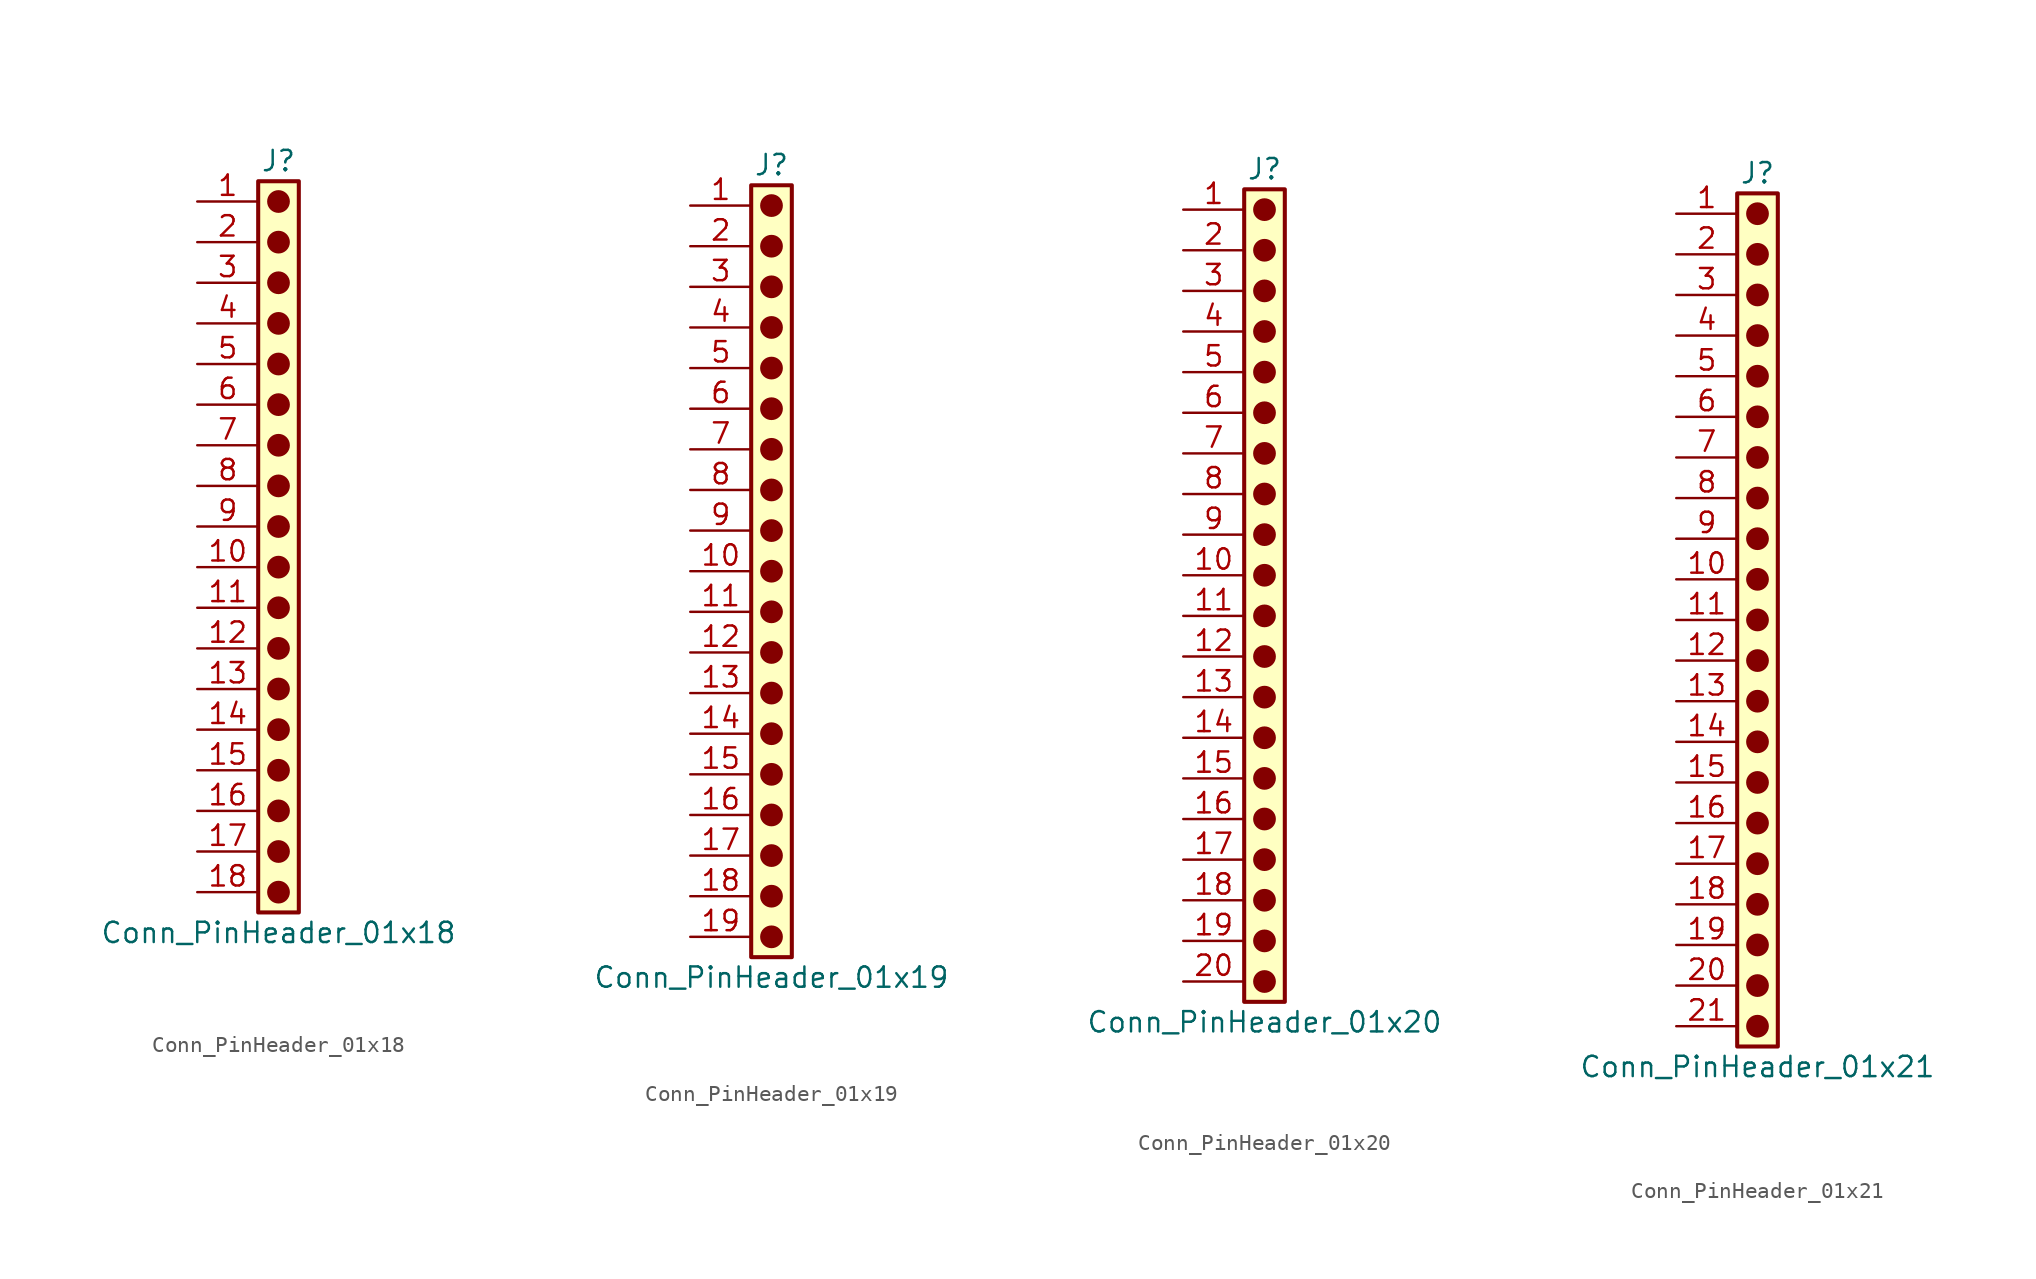
<source format=kicad_sym>
(kicad_symbol_lib
  (version 20241209)
  (generator "kicad_symbol_editor")
  (generator_version "9.0")
  (symbol "Conn_PinHeader_01x18"
    (pin_names
      (offset 1.016)
      (hide yes))
    (property "Reference" "J"
      (at 0 22.86 0)
      (effects (font (size 1.27 1.27))))
    (property "Value" "Conn_PinHeader_01x18"
      (at 0 -25.4 0)
      (effects (font (size 1.27 1.27))))
    (symbol "Conn_PinHeader_01x18_1_1"
      (rectangle (start -1.27 21.59) (end 1.27 -24.13) (stroke (width 0.254) (type default)) (fill (type background)))
      (circle (center 0 20.32) (radius 0.635) (stroke (width 0) (type solid) (color 132 0 0 1)) (fill (type outline)))
      (circle (center 0 17.78) (radius 0.635) (stroke (width 0) (type solid) (color 132 0 0 1)) (fill (type outline)))
      (circle (center 0 15.24) (radius 0.635) (stroke (width 0) (type solid) (color 132 0 0 1)) (fill (type outline)))
      (circle (center 0 12.7) (radius 0.635) (stroke (width 0) (type solid) (color 132 0 0 1)) (fill (type outline)))
      (circle (center 0 10.16) (radius 0.635) (stroke (width 0) (type solid) (color 132 0 0 1)) (fill (type outline)))
      (circle (center 0 7.62) (radius 0.635) (stroke (width 0) (type solid) (color 132 0 0 1)) (fill (type outline)))
      (circle (center 0 5.08) (radius 0.635) (stroke (width 0) (type solid) (color 132 0 0 1)) (fill (type outline)))
      (circle (center 0 2.54) (radius 0.635) (stroke (width 0) (type solid) (color 132 0 0 1)) (fill (type outline)))
      (circle (center 0 0) (radius 0.635) (stroke (width 0) (type solid) (color 132 0 0 1)) (fill (type outline)))
      (circle (center 0 -2.54) (radius 0.635) (stroke (width 0) (type solid) (color 132 0 0 1)) (fill (type outline)))
      (circle (center 0 -5.08) (radius 0.635) (stroke (width 0) (type solid) (color 132 0 0 1)) (fill (type outline)))
      (circle (center 0 -7.62) (radius 0.635) (stroke (width 0) (type solid) (color 132 0 0 1)) (fill (type outline)))
      (circle (center 0 -10.16) (radius 0.635) (stroke (width 0) (type solid) (color 132 0 0 1)) (fill (type outline)))
      (circle (center 0 -12.7) (radius 0.635) (stroke (width 0) (type solid) (color 132 0 0 1)) (fill (type outline)))
      (circle (center 0 -15.24) (radius 0.635) (stroke (width 0) (type solid) (color 132 0 0 1)) (fill (type outline)))
      (circle (center 0 -17.78) (radius 0.635) (stroke (width 0) (type solid) (color 132 0 0 1)) (fill (type outline)))
      (circle (center 0 -20.32) (radius 0.635) (stroke (width 0) (type solid) (color 132 0 0 1)) (fill (type outline)))
      (circle (center 0 -22.86) (radius 0.635) (stroke (width 0) (type solid) (color 132 0 0 1)) (fill (type outline)))
      (pin passive line (at -5.08 20.32 0) (length 3.81) (name "Pin_1" (effects (font (size 1.27 1.27)))) (number "1" (effects (font (size 1.27 1.27)))))
      (pin passive line (at -5.08 17.78 0) (length 3.81) (name "Pin_2" (effects (font (size 1.27 1.27)))) (number "2" (effects (font (size 1.27 1.27)))))
      (pin passive line (at -5.08 15.24 0) (length 3.81) (name "Pin_3" (effects (font (size 1.27 1.27)))) (number "3" (effects (font (size 1.27 1.27)))))
      (pin passive line (at -5.08 12.7 0) (length 3.81) (name "Pin_4" (effects (font (size 1.27 1.27)))) (number "4" (effects (font (size 1.27 1.27)))))
      (pin passive line (at -5.08 10.16 0) (length 3.81) (name "Pin_5" (effects (font (size 1.27 1.27)))) (number "5" (effects (font (size 1.27 1.27)))))
      (pin passive line (at -5.08 7.62 0) (length 3.81) (name "Pin_6" (effects (font (size 1.27 1.27)))) (number "6" (effects (font (size 1.27 1.27)))))
      (pin passive line (at -5.08 5.08 0) (length 3.81) (name "Pin_7" (effects (font (size 1.27 1.27)))) (number "7" (effects (font (size 1.27 1.27)))))
      (pin passive line (at -5.08 2.54 0) (length 3.81) (name "Pin_8" (effects (font (size 1.27 1.27)))) (number "8" (effects (font (size 1.27 1.27)))))
      (pin passive line (at -5.08 0 0) (length 3.81) (name "Pin_9" (effects (font (size 1.27 1.27)))) (number "9" (effects (font (size 1.27 1.27)))))
      (pin passive line (at -5.08 -2.54 0) (length 3.81) (name "Pin_10" (effects (font (size 1.27 1.27)))) (number "10" (effects (font (size 1.27 1.27)))))
      (pin passive line (at -5.08 -5.08 0) (length 3.81) (name "Pin_11" (effects (font (size 1.27 1.27)))) (number "11" (effects (font (size 1.27 1.27)))))
      (pin passive line (at -5.08 -7.62 0) (length 3.81) (name "Pin_12" (effects (font (size 1.27 1.27)))) (number "12" (effects (font (size 1.27 1.27)))))
      (pin passive line (at -5.08 -10.16 0) (length 3.81) (name "Pin_13" (effects (font (size 1.27 1.27)))) (number "13" (effects (font (size 1.27 1.27)))))
      (pin passive line (at -5.08 -12.7 0) (length 3.81) (name "Pin_14" (effects (font (size 1.27 1.27)))) (number "14" (effects (font (size 1.27 1.27)))))
      (pin passive line (at -5.08 -15.24 0) (length 3.81) (name "Pin_15" (effects (font (size 1.27 1.27)))) (number "15" (effects (font (size 1.27 1.27)))))
      (pin passive line (at -5.08 -17.78 0) (length 3.81) (name "Pin_16" (effects (font (size 1.27 1.27)))) (number "16" (effects (font (size 1.27 1.27)))))
      (pin passive line (at -5.08 -20.32 0) (length 3.81) (name "Pin_17" (effects (font (size 1.27 1.27)))) (number "17" (effects (font (size 1.27 1.27)))))
      (pin passive line (at -5.08 -22.86 0) (length 3.81) (name "Pin_18" (effects (font (size 1.27 1.27)))) (number "18" (effects (font (size 1.27 1.27)))))))
  (symbol "Conn_PinHeader_01x19"
    (pin_names
      (offset 1.016)
      (hide yes))
    (property "Reference" "J"
      (at 0 25.4 0)
      (effects (font (size 1.27 1.27))))
    (property "Value" "Conn_PinHeader_01x19"
      (at 0 -25.4 0)
      (effects (font (size 1.27 1.27))))
    (symbol "Conn_PinHeader_01x19_1_1"
      (rectangle (start -1.27 24.13) (end 1.27 -24.13) (stroke (width 0.254) (type default)) (fill (type background)))
      (circle (center 0 22.86) (radius 0.635) (stroke (width 0) (type solid) (color 132 0 0 1)) (fill (type outline)))
      (circle (center 0 20.32) (radius 0.635) (stroke (width 0) (type solid) (color 132 0 0 1)) (fill (type outline)))
      (circle (center 0 17.78) (radius 0.635) (stroke (width 0) (type solid) (color 132 0 0 1)) (fill (type outline)))
      (circle (center 0 15.24) (radius 0.635) (stroke (width 0) (type solid) (color 132 0 0 1)) (fill (type outline)))
      (circle (center 0 12.7) (radius 0.635) (stroke (width 0) (type solid) (color 132 0 0 1)) (fill (type outline)))
      (circle (center 0 10.16) (radius 0.635) (stroke (width 0) (type solid) (color 132 0 0 1)) (fill (type outline)))
      (circle (center 0 7.62) (radius 0.635) (stroke (width 0) (type solid) (color 132 0 0 1)) (fill (type outline)))
      (circle (center 0 5.08) (radius 0.635) (stroke (width 0) (type solid) (color 132 0 0 1)) (fill (type outline)))
      (circle (center 0 2.54) (radius 0.635) (stroke (width 0) (type solid) (color 132 0 0 1)) (fill (type outline)))
      (circle (center 0 0) (radius 0.635) (stroke (width 0) (type solid) (color 132 0 0 1)) (fill (type outline)))
      (circle (center 0 -2.54) (radius 0.635) (stroke (width 0) (type solid) (color 132 0 0 1)) (fill (type outline)))
      (circle (center 0 -5.08) (radius 0.635) (stroke (width 0) (type solid) (color 132 0 0 1)) (fill (type outline)))
      (circle (center 0 -7.62) (radius 0.635) (stroke (width 0) (type solid) (color 132 0 0 1)) (fill (type outline)))
      (circle (center 0 -10.16) (radius 0.635) (stroke (width 0) (type solid) (color 132 0 0 1)) (fill (type outline)))
      (circle (center 0 -12.7) (radius 0.635) (stroke (width 0) (type solid) (color 132 0 0 1)) (fill (type outline)))
      (circle (center 0 -15.24) (radius 0.635) (stroke (width 0) (type solid) (color 132 0 0 1)) (fill (type outline)))
      (circle (center 0 -17.78) (radius 0.635) (stroke (width 0) (type solid) (color 132 0 0 1)) (fill (type outline)))
      (circle (center 0 -20.32) (radius 0.635) (stroke (width 0) (type solid) (color 132 0 0 1)) (fill (type outline)))
      (circle (center 0 -22.86) (radius 0.635) (stroke (width 0) (type solid) (color 132 0 0 1)) (fill (type outline)))
      (pin passive line (at -5.08 22.86 0) (length 3.81) (name "Pin_1" (effects (font (size 1.27 1.27)))) (number "1" (effects (font (size 1.27 1.27)))))
      (pin passive line (at -5.08 20.32 0) (length 3.81) (name "Pin_2" (effects (font (size 1.27 1.27)))) (number "2" (effects (font (size 1.27 1.27)))))
      (pin passive line (at -5.08 17.78 0) (length 3.81) (name "Pin_3" (effects (font (size 1.27 1.27)))) (number "3" (effects (font (size 1.27 1.27)))))
      (pin passive line (at -5.08 15.24 0) (length 3.81) (name "Pin_4" (effects (font (size 1.27 1.27)))) (number "4" (effects (font (size 1.27 1.27)))))
      (pin passive line (at -5.08 12.7 0) (length 3.81) (name "Pin_5" (effects (font (size 1.27 1.27)))) (number "5" (effects (font (size 1.27 1.27)))))
      (pin passive line (at -5.08 10.16 0) (length 3.81) (name "Pin_6" (effects (font (size 1.27 1.27)))) (number "6" (effects (font (size 1.27 1.27)))))
      (pin passive line (at -5.08 7.62 0) (length 3.81) (name "Pin_7" (effects (font (size 1.27 1.27)))) (number "7" (effects (font (size 1.27 1.27)))))
      (pin passive line (at -5.08 5.08 0) (length 3.81) (name "Pin_8" (effects (font (size 1.27 1.27)))) (number "8" (effects (font (size 1.27 1.27)))))
      (pin passive line (at -5.08 2.54 0) (length 3.81) (name "Pin_9" (effects (font (size 1.27 1.27)))) (number "9" (effects (font (size 1.27 1.27)))))
      (pin passive line (at -5.08 0 0) (length 3.81) (name "Pin_10" (effects (font (size 1.27 1.27)))) (number "10" (effects (font (size 1.27 1.27)))))
      (pin passive line (at -5.08 -2.54 0) (length 3.81) (name "Pin_11" (effects (font (size 1.27 1.27)))) (number "11" (effects (font (size 1.27 1.27)))))
      (pin passive line (at -5.08 -5.08 0) (length 3.81) (name "Pin_12" (effects (font (size 1.27 1.27)))) (number "12" (effects (font (size 1.27 1.27)))))
      (pin passive line (at -5.08 -7.62 0) (length 3.81) (name "Pin_13" (effects (font (size 1.27 1.27)))) (number "13" (effects (font (size 1.27 1.27)))))
      (pin passive line (at -5.08 -10.16 0) (length 3.81) (name "Pin_14" (effects (font (size 1.27 1.27)))) (number "14" (effects (font (size 1.27 1.27)))))
      (pin passive line (at -5.08 -12.7 0) (length 3.81) (name "Pin_15" (effects (font (size 1.27 1.27)))) (number "15" (effects (font (size 1.27 1.27)))))
      (pin passive line (at -5.08 -15.24 0) (length 3.81) (name "Pin_16" (effects (font (size 1.27 1.27)))) (number "16" (effects (font (size 1.27 1.27)))))
      (pin passive line (at -5.08 -17.78 0) (length 3.81) (name "Pin_17" (effects (font (size 1.27 1.27)))) (number "17" (effects (font (size 1.27 1.27)))))
      (pin passive line (at -5.08 -20.32 0) (length 3.81) (name "Pin_18" (effects (font (size 1.27 1.27)))) (number "18" (effects (font (size 1.27 1.27)))))
      (pin passive line (at -5.08 -22.86 0) (length 3.81) (name "Pin_19" (effects (font (size 1.27 1.27)))) (number "19" (effects (font (size 1.27 1.27)))))))
  (symbol "Conn_PinHeader_01x20"
    (pin_names
      (offset 1.016)
      (hide yes))
    (property "Reference" "J"
      (at 0 25.4 0)
      (effects (font (size 1.27 1.27))))
    (property "Value" "Conn_PinHeader_01x20"
      (at 0 -27.94 0)
      (effects (font (size 1.27 1.27))))
    (symbol "Conn_PinHeader_01x20_1_1"
      (rectangle (start -1.27 24.13) (end 1.27 -26.67) (stroke (width 0.254) (type default)) (fill (type background)))
      (circle (center 0 22.86) (radius 0.635) (stroke (width 0) (type solid) (color 132 0 0 1)) (fill (type outline)))
      (circle (center 0 20.32) (radius 0.635) (stroke (width 0) (type solid) (color 132 0 0 1)) (fill (type outline)))
      (circle (center 0 17.78) (radius 0.635) (stroke (width 0) (type solid) (color 132 0 0 1)) (fill (type outline)))
      (circle (center 0 15.24) (radius 0.635) (stroke (width 0) (type solid) (color 132 0 0 1)) (fill (type outline)))
      (circle (center 0 12.7) (radius 0.635) (stroke (width 0) (type solid) (color 132 0 0 1)) (fill (type outline)))
      (circle (center 0 10.16) (radius 0.635) (stroke (width 0) (type solid) (color 132 0 0 1)) (fill (type outline)))
      (circle (center 0 7.62) (radius 0.635) (stroke (width 0) (type solid) (color 132 0 0 1)) (fill (type outline)))
      (circle (center 0 5.08) (radius 0.635) (stroke (width 0) (type solid) (color 132 0 0 1)) (fill (type outline)))
      (circle (center 0 2.54) (radius 0.635) (stroke (width 0) (type solid) (color 132 0 0 1)) (fill (type outline)))
      (circle (center 0 0) (radius 0.635) (stroke (width 0) (type solid) (color 132 0 0 1)) (fill (type outline)))
      (circle (center 0 -2.54) (radius 0.635) (stroke (width 0) (type solid) (color 132 0 0 1)) (fill (type outline)))
      (circle (center 0 -5.08) (radius 0.635) (stroke (width 0) (type solid) (color 132 0 0 1)) (fill (type outline)))
      (circle (center 0 -7.62) (radius 0.635) (stroke (width 0) (type solid) (color 132 0 0 1)) (fill (type outline)))
      (circle (center 0 -10.16) (radius 0.635) (stroke (width 0) (type solid) (color 132 0 0 1)) (fill (type outline)))
      (circle (center 0 -12.7) (radius 0.635) (stroke (width 0) (type solid) (color 132 0 0 1)) (fill (type outline)))
      (circle (center 0 -15.24) (radius 0.635) (stroke (width 0) (type solid) (color 132 0 0 1)) (fill (type outline)))
      (circle (center 0 -17.78) (radius 0.635) (stroke (width 0) (type solid) (color 132 0 0 1)) (fill (type outline)))
      (circle (center 0 -20.32) (radius 0.635) (stroke (width 0) (type solid) (color 132 0 0 1)) (fill (type outline)))
      (circle (center 0 -22.86) (radius 0.635) (stroke (width 0) (type solid) (color 132 0 0 1)) (fill (type outline)))
      (circle (center 0 -25.4) (radius 0.635) (stroke (width 0) (type solid) (color 132 0 0 1)) (fill (type outline)))
      (pin passive line (at -5.08 22.86 0) (length 3.81) (name "Pin_1" (effects (font (size 1.27 1.27)))) (number "1" (effects (font (size 1.27 1.27)))))
      (pin passive line (at -5.08 20.32 0) (length 3.81) (name "Pin_2" (effects (font (size 1.27 1.27)))) (number "2" (effects (font (size 1.27 1.27)))))
      (pin passive line (at -5.08 17.78 0) (length 3.81) (name "Pin_3" (effects (font (size 1.27 1.27)))) (number "3" (effects (font (size 1.27 1.27)))))
      (pin passive line (at -5.08 15.24 0) (length 3.81) (name "Pin_4" (effects (font (size 1.27 1.27)))) (number "4" (effects (font (size 1.27 1.27)))))
      (pin passive line (at -5.08 12.7 0) (length 3.81) (name "Pin_5" (effects (font (size 1.27 1.27)))) (number "5" (effects (font (size 1.27 1.27)))))
      (pin passive line (at -5.08 10.16 0) (length 3.81) (name "Pin_6" (effects (font (size 1.27 1.27)))) (number "6" (effects (font (size 1.27 1.27)))))
      (pin passive line (at -5.08 7.62 0) (length 3.81) (name "Pin_7" (effects (font (size 1.27 1.27)))) (number "7" (effects (font (size 1.27 1.27)))))
      (pin passive line (at -5.08 5.08 0) (length 3.81) (name "Pin_8" (effects (font (size 1.27 1.27)))) (number "8" (effects (font (size 1.27 1.27)))))
      (pin passive line (at -5.08 2.54 0) (length 3.81) (name "Pin_9" (effects (font (size 1.27 1.27)))) (number "9" (effects (font (size 1.27 1.27)))))
      (pin passive line (at -5.08 0 0) (length 3.81) (name "Pin_10" (effects (font (size 1.27 1.27)))) (number "10" (effects (font (size 1.27 1.27)))))
      (pin passive line (at -5.08 -2.54 0) (length 3.81) (name "Pin_11" (effects (font (size 1.27 1.27)))) (number "11" (effects (font (size 1.27 1.27)))))
      (pin passive line (at -5.08 -5.08 0) (length 3.81) (name "Pin_12" (effects (font (size 1.27 1.27)))) (number "12" (effects (font (size 1.27 1.27)))))
      (pin passive line (at -5.08 -7.62 0) (length 3.81) (name "Pin_13" (effects (font (size 1.27 1.27)))) (number "13" (effects (font (size 1.27 1.27)))))
      (pin passive line (at -5.08 -10.16 0) (length 3.81) (name "Pin_14" (effects (font (size 1.27 1.27)))) (number "14" (effects (font (size 1.27 1.27)))))
      (pin passive line (at -5.08 -12.7 0) (length 3.81) (name "Pin_15" (effects (font (size 1.27 1.27)))) (number "15" (effects (font (size 1.27 1.27)))))
      (pin passive line (at -5.08 -15.24 0) (length 3.81) (name "Pin_16" (effects (font (size 1.27 1.27)))) (number "16" (effects (font (size 1.27 1.27)))))
      (pin passive line (at -5.08 -17.78 0) (length 3.81) (name "Pin_17" (effects (font (size 1.27 1.27)))) (number "17" (effects (font (size 1.27 1.27)))))
      (pin passive line (at -5.08 -20.32 0) (length 3.81) (name "Pin_18" (effects (font (size 1.27 1.27)))) (number "18" (effects (font (size 1.27 1.27)))))
      (pin passive line (at -5.08 -22.86 0) (length 3.81) (name "Pin_19" (effects (font (size 1.27 1.27)))) (number "19" (effects (font (size 1.27 1.27)))))
      (pin passive line (at -5.08 -25.4 0) (length 3.81) (name "Pin_20" (effects (font (size 1.27 1.27)))) (number "20" (effects (font (size 1.27 1.27)))))))
  (symbol "Conn_PinHeader_01x21"
    (pin_names
      (offset 1.016)
      (hide yes))
    (property "Reference" "J"
      (at 0 27.94 0)
      (effects (font (size 1.27 1.27))))
    (property "Value" "Conn_PinHeader_01x21"
      (at 0 -27.94 0)
      (effects (font (size 1.27 1.27))))
    (symbol "Conn_PinHeader_01x21_1_1"
      (rectangle (start -1.27 26.67) (end 1.27 -26.67) (stroke (width 0.254) (type default)) (fill (type background)))
      (circle (center 0 25.4) (radius 0.635) (stroke (width 0) (type solid) (color 132 0 0 1)) (fill (type outline)))
      (circle (center 0 22.86) (radius 0.635) (stroke (width 0) (type solid) (color 132 0 0 1)) (fill (type outline)))
      (circle (center 0 20.32) (radius 0.635) (stroke (width 0) (type solid) (color 132 0 0 1)) (fill (type outline)))
      (circle (center 0 17.78) (radius 0.635) (stroke (width 0) (type solid) (color 132 0 0 1)) (fill (type outline)))
      (circle (center 0 15.24) (radius 0.635) (stroke (width 0) (type solid) (color 132 0 0 1)) (fill (type outline)))
      (circle (center 0 12.7) (radius 0.635) (stroke (width 0) (type solid) (color 132 0 0 1)) (fill (type outline)))
      (circle (center 0 10.16) (radius 0.635) (stroke (width 0) (type solid) (color 132 0 0 1)) (fill (type outline)))
      (circle (center 0 7.62) (radius 0.635) (stroke (width 0) (type solid) (color 132 0 0 1)) (fill (type outline)))
      (circle (center 0 5.08) (radius 0.635) (stroke (width 0) (type solid) (color 132 0 0 1)) (fill (type outline)))
      (circle (center 0 2.54) (radius 0.635) (stroke (width 0) (type solid) (color 132 0 0 1)) (fill (type outline)))
      (circle (center 0 0) (radius 0.635) (stroke (width 0) (type solid) (color 132 0 0 1)) (fill (type outline)))
      (circle (center 0 -2.54) (radius 0.635) (stroke (width 0) (type solid) (color 132 0 0 1)) (fill (type outline)))
      (circle (center 0 -5.08) (radius 0.635) (stroke (width 0) (type solid) (color 132 0 0 1)) (fill (type outline)))
      (circle (center 0 -7.62) (radius 0.635) (stroke (width 0) (type solid) (color 132 0 0 1)) (fill (type outline)))
      (circle (center 0 -10.16) (radius 0.635) (stroke (width 0) (type solid) (color 132 0 0 1)) (fill (type outline)))
      (circle (center 0 -12.7) (radius 0.635) (stroke (width 0) (type solid) (color 132 0 0 1)) (fill (type outline)))
      (circle (center 0 -15.24) (radius 0.635) (stroke (width 0) (type solid) (color 132 0 0 1)) (fill (type outline)))
      (circle (center 0 -17.78) (radius 0.635) (stroke (width 0) (type solid) (color 132 0 0 1)) (fill (type outline)))
      (circle (center 0 -20.32) (radius 0.635) (stroke (width 0) (type solid) (color 132 0 0 1)) (fill (type outline)))
      (circle (center 0 -22.86) (radius 0.635) (stroke (width 0) (type solid) (color 132 0 0 1)) (fill (type outline)))
      (circle (center 0 -25.4) (radius 0.635) (stroke (width 0) (type solid) (color 132 0 0 1)) (fill (type outline)))
      (pin passive line (at -5.08 25.4 0) (length 3.81) (name "Pin_1" (effects (font (size 1.27 1.27)))) (number "1" (effects (font (size 1.27 1.27)))))
      (pin passive line (at -5.08 22.86 0) (length 3.81) (name "Pin_2" (effects (font (size 1.27 1.27)))) (number "2" (effects (font (size 1.27 1.27)))))
      (pin passive line (at -5.08 20.32 0) (length 3.81) (name "Pin_3" (effects (font (size 1.27 1.27)))) (number "3" (effects (font (size 1.27 1.27)))))
      (pin passive line (at -5.08 17.78 0) (length 3.81) (name "Pin_4" (effects (font (size 1.27 1.27)))) (number "4" (effects (font (size 1.27 1.27)))))
      (pin passive line (at -5.08 15.24 0) (length 3.81) (name "Pin_5" (effects (font (size 1.27 1.27)))) (number "5" (effects (font (size 1.27 1.27)))))
      (pin passive line (at -5.08 12.7 0) (length 3.81) (name "Pin_6" (effects (font (size 1.27 1.27)))) (number "6" (effects (font (size 1.27 1.27)))))
      (pin passive line (at -5.08 10.16 0) (length 3.81) (name "Pin_7" (effects (font (size 1.27 1.27)))) (number "7" (effects (font (size 1.27 1.27)))))
      (pin passive line (at -5.08 7.62 0) (length 3.81) (name "Pin_8" (effects (font (size 1.27 1.27)))) (number "8" (effects (font (size 1.27 1.27)))))
      (pin passive line (at -5.08 5.08 0) (length 3.81) (name "Pin_9" (effects (font (size 1.27 1.27)))) (number "9" (effects (font (size 1.27 1.27)))))
      (pin passive line (at -5.08 2.54 0) (length 3.81) (name "Pin_10" (effects (font (size 1.27 1.27)))) (number "10" (effects (font (size 1.27 1.27)))))
      (pin passive line (at -5.08 0 0) (length 3.81) (name "Pin_11" (effects (font (size 1.27 1.27)))) (number "11" (effects (font (size 1.27 1.27)))))
      (pin passive line (at -5.08 -2.54 0) (length 3.81) (name "Pin_12" (effects (font (size 1.27 1.27)))) (number "12" (effects (font (size 1.27 1.27)))))
      (pin passive line (at -5.08 -5.08 0) (length 3.81) (name "Pin_13" (effects (font (size 1.27 1.27)))) (number "13" (effects (font (size 1.27 1.27)))))
      (pin passive line (at -5.08 -7.62 0) (length 3.81) (name "Pin_14" (effects (font (size 1.27 1.27)))) (number "14" (effects (font (size 1.27 1.27)))))
      (pin passive line (at -5.08 -10.16 0) (length 3.81) (name "Pin_15" (effects (font (size 1.27 1.27)))) (number "15" (effects (font (size 1.27 1.27)))))
      (pin passive line (at -5.08 -12.7 0) (length 3.81) (name "Pin_16" (effects (font (size 1.27 1.27)))) (number "16" (effects (font (size 1.27 1.27)))))
      (pin passive line (at -5.08 -15.24 0) (length 3.81) (name "Pin_17" (effects (font (size 1.27 1.27)))) (number "17" (effects (font (size 1.27 1.27)))))
      (pin passive line (at -5.08 -17.78 0) (length 3.81) (name "Pin_18" (effects (font (size 1.27 1.27)))) (number "18" (effects (font (size 1.27 1.27)))))
      (pin passive line (at -5.08 -20.32 0) (length 3.81) (name "Pin_19" (effects (font (size 1.27 1.27)))) (number "19" (effects (font (size 1.27 1.27)))))
      (pin passive line (at -5.08 -22.86 0) (length 3.81) (name "Pin_20" (effects (font (size 1.27 1.27)))) (number "20" (effects (font (size 1.27 1.27)))))
      (pin passive line (at -5.08 -25.4 0) (length 3.81) (name "Pin_21" (effects (font (size 1.27 1.27)))) (number "21" (effects (font (size 1.27 1.27))))))))
</source>
